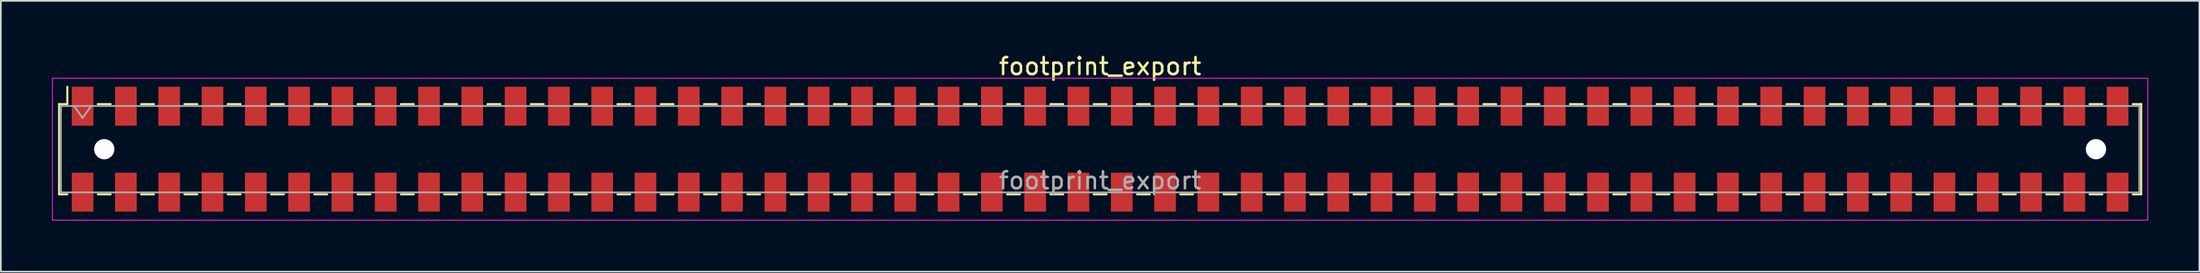
<source format=kicad_pcb>
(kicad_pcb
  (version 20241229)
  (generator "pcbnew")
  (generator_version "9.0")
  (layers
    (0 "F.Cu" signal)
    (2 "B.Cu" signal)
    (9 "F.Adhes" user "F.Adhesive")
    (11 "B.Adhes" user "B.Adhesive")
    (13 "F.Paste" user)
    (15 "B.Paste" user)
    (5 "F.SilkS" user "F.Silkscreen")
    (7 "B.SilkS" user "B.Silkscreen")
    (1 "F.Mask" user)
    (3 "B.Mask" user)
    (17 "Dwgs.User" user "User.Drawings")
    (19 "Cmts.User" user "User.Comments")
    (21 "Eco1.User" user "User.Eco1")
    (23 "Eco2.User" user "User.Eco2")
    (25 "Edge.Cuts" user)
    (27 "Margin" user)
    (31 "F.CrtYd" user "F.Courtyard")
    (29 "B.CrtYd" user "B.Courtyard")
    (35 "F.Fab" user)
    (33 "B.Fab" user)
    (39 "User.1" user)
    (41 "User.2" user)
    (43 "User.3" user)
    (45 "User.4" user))
  (footprint "footprint_export"
    (layer "F.Cu")
    (at 61.485 5.718)
    (property "Reference" "footprint_export" (at 0 -4.87 0) (layer "F.SilkS") (effects (font (size 1 1) (thickness 0.15))))
    (attr smd)
    (fp_line (start -61.07 -2.65) (end -61.07 2.65) (stroke (width 0.12) (type solid)) (layer "F.SilkS"))
    (fp_line (start -61.07 2.65) (end -60.585 2.65) (stroke (width 0.12) (type solid)) (layer "F.SilkS"))
    (fp_line (start -60.585 -3.67) (end -60.585 -2.65) (stroke (width 0.12) (type solid)) (layer "F.SilkS"))
    (fp_line (start -60.585 -2.65) (end -61.07 -2.65) (stroke (width 0.12) (type solid)) (layer "F.SilkS"))
    (fp_line (start -58.795 -2.65) (end -58.045 -2.65) (stroke (width 0.12) (type solid)) (layer "F.SilkS"))
    (fp_line (start -58.795 2.65) (end -58.045 2.65) (stroke (width 0.12) (type solid)) (layer "F.SilkS"))
    (fp_line (start -56.255 -2.65) (end -55.505 -2.65) (stroke (width 0.12) (type solid)) (layer "F.SilkS"))
    (fp_line (start -56.255 2.65) (end -55.505 2.65) (stroke (width 0.12) (type solid)) (layer "F.SilkS"))
    (fp_line (start -53.715 -2.65) (end -52.965 -2.65) (stroke (width 0.12) (type solid)) (layer "F.SilkS"))
    (fp_line (start -53.715 2.65) (end -52.965 2.65) (stroke (width 0.12) (type solid)) (layer "F.SilkS"))
    (fp_line (start -51.175 -2.65) (end -50.425 -2.65) (stroke (width 0.12) (type solid)) (layer "F.SilkS"))
    (fp_line (start -51.175 2.65) (end -50.425 2.65) (stroke (width 0.12) (type solid)) (layer "F.SilkS"))
    (fp_line (start -48.635 -2.65) (end -47.885 -2.65) (stroke (width 0.12) (type solid)) (layer "F.SilkS"))
    (fp_line (start -48.635 2.65) (end -47.885 2.65) (stroke (width 0.12) (type solid)) (layer "F.SilkS"))
    (fp_line (start -46.095 -2.65) (end -45.345 -2.65) (stroke (width 0.12) (type solid)) (layer "F.SilkS"))
    (fp_line (start -46.095 2.65) (end -45.345 2.65) (stroke (width 0.12) (type solid)) (layer "F.SilkS"))
    (fp_line (start -43.555 -2.65) (end -42.805 -2.65) (stroke (width 0.12) (type solid)) (layer "F.SilkS"))
    (fp_line (start -43.555 2.65) (end -42.805 2.65) (stroke (width 0.12) (type solid)) (layer "F.SilkS"))
    (fp_line (start -41.015 -2.65) (end -40.265 -2.65) (stroke (width 0.12) (type solid)) (layer "F.SilkS"))
    (fp_line (start -41.015 2.65) (end -40.265 2.65) (stroke (width 0.12) (type solid)) (layer "F.SilkS"))
    (fp_line (start -38.475 -2.65) (end -37.725 -2.65) (stroke (width 0.12) (type solid)) (layer "F.SilkS"))
    (fp_line (start -38.475 2.65) (end -37.725 2.65) (stroke (width 0.12) (type solid)) (layer "F.SilkS"))
    (fp_line (start -35.935 -2.65) (end -35.185 -2.65) (stroke (width 0.12) (type solid)) (layer "F.SilkS"))
    (fp_line (start -35.935 2.65) (end -35.185 2.65) (stroke (width 0.12) (type solid)) (layer "F.SilkS"))
    (fp_line (start -33.395 -2.65) (end -32.645 -2.65) (stroke (width 0.12) (type solid)) (layer "F.SilkS"))
    (fp_line (start -33.395 2.65) (end -32.645 2.65) (stroke (width 0.12) (type solid)) (layer "F.SilkS"))
    (fp_line (start -30.855 -2.65) (end -30.105 -2.65) (stroke (width 0.12) (type solid)) (layer "F.SilkS"))
    (fp_line (start -30.855 2.65) (end -30.105 2.65) (stroke (width 0.12) (type solid)) (layer "F.SilkS"))
    (fp_line (start -28.315 -2.65) (end -27.565 -2.65) (stroke (width 0.12) (type solid)) (layer "F.SilkS"))
    (fp_line (start -28.315 2.65) (end -27.565 2.65) (stroke (width 0.12) (type solid)) (layer "F.SilkS"))
    (fp_line (start -25.775 -2.65) (end -25.025 -2.65) (stroke (width 0.12) (type solid)) (layer "F.SilkS"))
    (fp_line (start -25.775 2.65) (end -25.025 2.65) (stroke (width 0.12) (type solid)) (layer "F.SilkS"))
    (fp_line (start -23.235 -2.65) (end -22.485 -2.65) (stroke (width 0.12) (type solid)) (layer "F.SilkS"))
    (fp_line (start -23.235 2.65) (end -22.485 2.65) (stroke (width 0.12) (type solid)) (layer "F.SilkS"))
    (fp_line (start -20.695 -2.65) (end -19.945 -2.65) (stroke (width 0.12) (type solid)) (layer "F.SilkS"))
    (fp_line (start -20.695 2.65) (end -19.945 2.65) (stroke (width 0.12) (type solid)) (layer "F.SilkS"))
    (fp_line (start -18.155 -2.65) (end -17.405 -2.65) (stroke (width 0.12) (type solid)) (layer "F.SilkS"))
    (fp_line (start -18.155 2.65) (end -17.405 2.65) (stroke (width 0.12) (type solid)) (layer "F.SilkS"))
    (fp_line (start -15.615 -2.65) (end -14.865 -2.65) (stroke (width 0.12) (type solid)) (layer "F.SilkS"))
    (fp_line (start -15.615 2.65) (end -14.865 2.65) (stroke (width 0.12) (type solid)) (layer "F.SilkS"))
    (fp_line (start -13.075 -2.65) (end -12.325 -2.65) (stroke (width 0.12) (type solid)) (layer "F.SilkS"))
    (fp_line (start -13.075 2.65) (end -12.325 2.65) (stroke (width 0.12) (type solid)) (layer "F.SilkS"))
    (fp_line (start -10.535 -2.65) (end -9.785 -2.65) (stroke (width 0.12) (type solid)) (layer "F.SilkS"))
    (fp_line (start -10.535 2.65) (end -9.785 2.65) (stroke (width 0.12) (type solid)) (layer "F.SilkS"))
    (fp_line (start -7.995 -2.65) (end -7.245 -2.65) (stroke (width 0.12) (type solid)) (layer "F.SilkS"))
    (fp_line (start -7.995 2.65) (end -7.245 2.65) (stroke (width 0.12) (type solid)) (layer "F.SilkS"))
    (fp_line (start -5.455 -2.65) (end -4.705 -2.65) (stroke (width 0.12) (type solid)) (layer "F.SilkS"))
    (fp_line (start -5.455 2.65) (end -4.705 2.65) (stroke (width 0.12) (type solid)) (layer "F.SilkS"))
    (fp_line (start -2.915 -2.65) (end -2.165 -2.65) (stroke (width 0.12) (type solid)) (layer "F.SilkS"))
    (fp_line (start -2.915 2.65) (end -2.165 2.65) (stroke (width 0.12) (type solid)) (layer "F.SilkS"))
    (fp_line (start -0.375 -2.65) (end 0.375 -2.65) (stroke (width 0.12) (type solid)) (layer "F.SilkS"))
    (fp_line (start -0.375 2.65) (end 0.375 2.65) (stroke (width 0.12) (type solid)) (layer "F.SilkS"))
    (fp_line (start 2.165 -2.65) (end 2.915 -2.65) (stroke (width 0.12) (type solid)) (layer "F.SilkS"))
    (fp_line (start 2.165 2.65) (end 2.915 2.65) (stroke (width 0.12) (type solid)) (layer "F.SilkS"))
    (fp_line (start 4.705 -2.65) (end 5.455 -2.65) (stroke (width 0.12) (type solid)) (layer "F.SilkS"))
    (fp_line (start 4.705 2.65) (end 5.455 2.65) (stroke (width 0.12) (type solid)) (layer "F.SilkS"))
    (fp_line (start 7.245 -2.65) (end 7.995 -2.65) (stroke (width 0.12) (type solid)) (layer "F.SilkS"))
    (fp_line (start 7.245 2.65) (end 7.995 2.65) (stroke (width 0.12) (type solid)) (layer "F.SilkS"))
    (fp_line (start 9.785 -2.65) (end 10.535 -2.65) (stroke (width 0.12) (type solid)) (layer "F.SilkS"))
    (fp_line (start 9.785 2.65) (end 10.535 2.65) (stroke (width 0.12) (type solid)) (layer "F.SilkS"))
    (fp_line (start 12.325 -2.65) (end 13.075 -2.65) (stroke (width 0.12) (type solid)) (layer "F.SilkS"))
    (fp_line (start 12.325 2.65) (end 13.075 2.65) (stroke (width 0.12) (type solid)) (layer "F.SilkS"))
    (fp_line (start 14.865 -2.65) (end 15.615 -2.65) (stroke (width 0.12) (type solid)) (layer "F.SilkS"))
    (fp_line (start 14.865 2.65) (end 15.615 2.65) (stroke (width 0.12) (type solid)) (layer "F.SilkS"))
    (fp_line (start 17.405 -2.65) (end 18.155 -2.65) (stroke (width 0.12) (type solid)) (layer "F.SilkS"))
    (fp_line (start 17.405 2.65) (end 18.155 2.65) (stroke (width 0.12) (type solid)) (layer "F.SilkS"))
    (fp_line (start 19.945 -2.65) (end 20.695 -2.65) (stroke (width 0.12) (type solid)) (layer "F.SilkS"))
    (fp_line (start 19.945 2.65) (end 20.695 2.65) (stroke (width 0.12) (type solid)) (layer "F.SilkS"))
    (fp_line (start 22.485 -2.65) (end 23.235 -2.65) (stroke (width 0.12) (type solid)) (layer "F.SilkS"))
    (fp_line (start 22.485 2.65) (end 23.235 2.65) (stroke (width 0.12) (type solid)) (layer "F.SilkS"))
    (fp_line (start 25.025 -2.65) (end 25.775 -2.65) (stroke (width 0.12) (type solid)) (layer "F.SilkS"))
    (fp_line (start 25.025 2.65) (end 25.775 2.65) (stroke (width 0.12) (type solid)) (layer "F.SilkS"))
    (fp_line (start 27.565 -2.65) (end 28.315 -2.65) (stroke (width 0.12) (type solid)) (layer "F.SilkS"))
    (fp_line (start 27.565 2.65) (end 28.315 2.65) (stroke (width 0.12) (type solid)) (layer "F.SilkS"))
    (fp_line (start 30.105 -2.65) (end 30.855 -2.65) (stroke (width 0.12) (type solid)) (layer "F.SilkS"))
    (fp_line (start 30.105 2.65) (end 30.855 2.65) (stroke (width 0.12) (type solid)) (layer "F.SilkS"))
    (fp_line (start 32.645 -2.65) (end 33.395 -2.65) (stroke (width 0.12) (type solid)) (layer "F.SilkS"))
    (fp_line (start 32.645 2.65) (end 33.395 2.65) (stroke (width 0.12) (type solid)) (layer "F.SilkS"))
    (fp_line (start 35.185 -2.65) (end 35.935 -2.65) (stroke (width 0.12) (type solid)) (layer "F.SilkS"))
    (fp_line (start 35.185 2.65) (end 35.935 2.65) (stroke (width 0.12) (type solid)) (layer "F.SilkS"))
    (fp_line (start 37.725 -2.65) (end 38.475 -2.65) (stroke (width 0.12) (type solid)) (layer "F.SilkS"))
    (fp_line (start 37.725 2.65) (end 38.475 2.65) (stroke (width 0.12) (type solid)) (layer "F.SilkS"))
    (fp_line (start 40.265 -2.65) (end 41.015 -2.65) (stroke (width 0.12) (type solid)) (layer "F.SilkS"))
    (fp_line (start 40.265 2.65) (end 41.015 2.65) (stroke (width 0.12) (type solid)) (layer "F.SilkS"))
    (fp_line (start 42.805 -2.65) (end 43.555 -2.65) (stroke (width 0.12) (type solid)) (layer "F.SilkS"))
    (fp_line (start 42.805 2.65) (end 43.555 2.65) (stroke (width 0.12) (type solid)) (layer "F.SilkS"))
    (fp_line (start 45.345 -2.65) (end 46.095 -2.65) (stroke (width 0.12) (type solid)) (layer "F.SilkS"))
    (fp_line (start 45.345 2.65) (end 46.095 2.65) (stroke (width 0.12) (type solid)) (layer "F.SilkS"))
    (fp_line (start 47.885 -2.65) (end 48.635 -2.65) (stroke (width 0.12) (type solid)) (layer "F.SilkS"))
    (fp_line (start 47.885 2.65) (end 48.635 2.65) (stroke (width 0.12) (type solid)) (layer "F.SilkS"))
    (fp_line (start 50.425 -2.65) (end 51.175 -2.65) (stroke (width 0.12) (type solid)) (layer "F.SilkS"))
    (fp_line (start 50.425 2.65) (end 51.175 2.65) (stroke (width 0.12) (type solid)) (layer "F.SilkS"))
    (fp_line (start 52.965 -2.65) (end 53.715 -2.65) (stroke (width 0.12) (type solid)) (layer "F.SilkS"))
    (fp_line (start 52.965 2.65) (end 53.715 2.65) (stroke (width 0.12) (type solid)) (layer "F.SilkS"))
    (fp_line (start 55.505 -2.65) (end 56.255 -2.65) (stroke (width 0.12) (type solid)) (layer "F.SilkS"))
    (fp_line (start 55.505 2.65) (end 56.255 2.65) (stroke (width 0.12) (type solid)) (layer "F.SilkS"))
    (fp_line (start 58.045 -2.65) (end 58.795 -2.65) (stroke (width 0.12) (type solid)) (layer "F.SilkS"))
    (fp_line (start 58.045 2.65) (end 58.795 2.65) (stroke (width 0.12) (type solid)) (layer "F.SilkS"))
    (fp_line (start 60.585 -2.65) (end 61.07 -2.65) (stroke (width 0.12) (type solid)) (layer "F.SilkS"))
    (fp_line (start 61.07 -2.65) (end 61.07 2.65) (stroke (width 0.12) (type solid)) (layer "F.SilkS"))
    (fp_line (start 61.07 2.65) (end 60.585 2.65) (stroke (width 0.12) (type solid)) (layer "F.SilkS"))
    (fp_line (start -61.46 -4.17) (end 61.46 -4.17) (stroke (width 0.05) (type solid)) (layer "F.CrtYd"))
    (fp_line (start -61.46 4.17) (end -61.46 -4.17) (stroke (width 0.05) (type solid)) (layer "F.CrtYd"))
    (fp_line (start 61.46 -4.17) (end 61.46 4.17) (stroke (width 0.05) (type solid)) (layer "F.CrtYd"))
    (fp_line (start 61.46 4.17) (end -61.46 4.17) (stroke (width 0.05) (type solid)) (layer "F.CrtYd"))
    (fp_line (start -60.96 -2.54) (end 60.96 -2.54) (stroke (width 0.1) (type solid)) (layer "F.Fab"))
    (fp_line (start -60.96 2.54) (end -60.96 -2.54) (stroke (width 0.1) (type solid)) (layer "F.Fab"))
    (fp_line (start -60.19 -2.54) (end -59.69 -1.833) (stroke (width 0.1) (type solid)) (layer "F.Fab"))
    (fp_line (start -59.69 -1.833) (end -59.19 -2.54) (stroke (width 0.1) (type solid)) (layer "F.Fab"))
    (fp_line (start 60.96 -2.54) (end 60.96 2.54) (stroke (width 0.1) (type solid)) (layer "F.Fab"))
    (fp_line (start 60.96 2.54) (end -60.96 2.54) (stroke (width 0.1) (type solid)) (layer "F.Fab"))
    (fp_text user "${REFERENCE}" (at 0 1.84 0) (layer "F.Fab") (effects (font (size 1 1) (thickness 0.15))))
    (pad "" np_thru_hole circle (at -58.42 0) (size 1.19 1.19) (drill 1.19) (layers "*.Cu" "*.Mask"))
    (pad "" np_thru_hole circle (at 58.42 0) (size 1.19 1.19) (drill 1.19) (layers "*.Cu" "*.Mask"))
    (pad "1" smd rect (at -59.69 -2.525) (size 1.27 2.29) (layers "F.Cu" "F.Mask" "F.Paste"))
    (pad "2" smd rect (at -59.69 2.525) (size 1.27 2.29) (layers "F.Cu" "F.Mask" "F.Paste"))
    (pad "3" smd rect (at -57.15 -2.525) (size 1.27 2.29) (layers "F.Cu" "F.Mask" "F.Paste"))
    (pad "4" smd rect (at -57.15 2.525) (size 1.27 2.29) (layers "F.Cu" "F.Mask" "F.Paste"))
    (pad "5" smd rect (at -54.61 -2.525) (size 1.27 2.29) (layers "F.Cu" "F.Mask" "F.Paste"))
    (pad "6" smd rect (at -54.61 2.525) (size 1.27 2.29) (layers "F.Cu" "F.Mask" "F.Paste"))
    (pad "7" smd rect (at -52.07 -2.525) (size 1.27 2.29) (layers "F.Cu" "F.Mask" "F.Paste"))
    (pad "8" smd rect (at -52.07 2.525) (size 1.27 2.29) (layers "F.Cu" "F.Mask" "F.Paste"))
    (pad "9" smd rect (at -49.53 -2.525) (size 1.27 2.29) (layers "F.Cu" "F.Mask" "F.Paste"))
    (pad "10" smd rect (at -49.53 2.525) (size 1.27 2.29) (layers "F.Cu" "F.Mask" "F.Paste"))
    (pad "11" smd rect (at -46.99 -2.525) (size 1.27 2.29) (layers "F.Cu" "F.Mask" "F.Paste"))
    (pad "12" smd rect (at -46.99 2.525) (size 1.27 2.29) (layers "F.Cu" "F.Mask" "F.Paste"))
    (pad "13" smd rect (at -44.45 -2.525) (size 1.27 2.29) (layers "F.Cu" "F.Mask" "F.Paste"))
    (pad "14" smd rect (at -44.45 2.525) (size 1.27 2.29) (layers "F.Cu" "F.Mask" "F.Paste"))
    (pad "15" smd rect (at -41.91 -2.525) (size 1.27 2.29) (layers "F.Cu" "F.Mask" "F.Paste"))
    (pad "16" smd rect (at -41.91 2.525) (size 1.27 2.29) (layers "F.Cu" "F.Mask" "F.Paste"))
    (pad "17" smd rect (at -39.37 -2.525) (size 1.27 2.29) (layers "F.Cu" "F.Mask" "F.Paste"))
    (pad "18" smd rect (at -39.37 2.525) (size 1.27 2.29) (layers "F.Cu" "F.Mask" "F.Paste"))
    (pad "19" smd rect (at -36.83 -2.525) (size 1.27 2.29) (layers "F.Cu" "F.Mask" "F.Paste"))
    (pad "20" smd rect (at -36.83 2.525) (size 1.27 2.29) (layers "F.Cu" "F.Mask" "F.Paste"))
    (pad "21" smd rect (at -34.29 -2.525) (size 1.27 2.29) (layers "F.Cu" "F.Mask" "F.Paste"))
    (pad "22" smd rect (at -34.29 2.525) (size 1.27 2.29) (layers "F.Cu" "F.Mask" "F.Paste"))
    (pad "23" smd rect (at -31.75 -2.525) (size 1.27 2.29) (layers "F.Cu" "F.Mask" "F.Paste"))
    (pad "24" smd rect (at -31.75 2.525) (size 1.27 2.29) (layers "F.Cu" "F.Mask" "F.Paste"))
    (pad "25" smd rect (at -29.21 -2.525) (size 1.27 2.29) (layers "F.Cu" "F.Mask" "F.Paste"))
    (pad "26" smd rect (at -29.21 2.525) (size 1.27 2.29) (layers "F.Cu" "F.Mask" "F.Paste"))
    (pad "27" smd rect (at -26.67 -2.525) (size 1.27 2.29) (layers "F.Cu" "F.Mask" "F.Paste"))
    (pad "28" smd rect (at -26.67 2.525) (size 1.27 2.29) (layers "F.Cu" "F.Mask" "F.Paste"))
    (pad "29" smd rect (at -24.13 -2.525) (size 1.27 2.29) (layers "F.Cu" "F.Mask" "F.Paste"))
    (pad "30" smd rect (at -24.13 2.525) (size 1.27 2.29) (layers "F.Cu" "F.Mask" "F.Paste"))
    (pad "31" smd rect (at -21.59 -2.525) (size 1.27 2.29) (layers "F.Cu" "F.Mask" "F.Paste"))
    (pad "32" smd rect (at -21.59 2.525) (size 1.27 2.29) (layers "F.Cu" "F.Mask" "F.Paste"))
    (pad "33" smd rect (at -19.05 -2.525) (size 1.27 2.29) (layers "F.Cu" "F.Mask" "F.Paste"))
    (pad "34" smd rect (at -19.05 2.525) (size 1.27 2.29) (layers "F.Cu" "F.Mask" "F.Paste"))
    (pad "35" smd rect (at -16.51 -2.525) (size 1.27 2.29) (layers "F.Cu" "F.Mask" "F.Paste"))
    (pad "36" smd rect (at -16.51 2.525) (size 1.27 2.29) (layers "F.Cu" "F.Mask" "F.Paste"))
    (pad "37" smd rect (at -13.97 -2.525) (size 1.27 2.29) (layers "F.Cu" "F.Mask" "F.Paste"))
    (pad "38" smd rect (at -13.97 2.525) (size 1.27 2.29) (layers "F.Cu" "F.Mask" "F.Paste"))
    (pad "39" smd rect (at -11.43 -2.525) (size 1.27 2.29) (layers "F.Cu" "F.Mask" "F.Paste"))
    (pad "40" smd rect (at -11.43 2.525) (size 1.27 2.29) (layers "F.Cu" "F.Mask" "F.Paste"))
    (pad "41" smd rect (at -8.89 -2.525) (size 1.27 2.29) (layers "F.Cu" "F.Mask" "F.Paste"))
    (pad "42" smd rect (at -8.89 2.525) (size 1.27 2.29) (layers "F.Cu" "F.Mask" "F.Paste"))
    (pad "43" smd rect (at -6.35 -2.525) (size 1.27 2.29) (layers "F.Cu" "F.Mask" "F.Paste"))
    (pad "44" smd rect (at -6.35 2.525) (size 1.27 2.29) (layers "F.Cu" "F.Mask" "F.Paste"))
    (pad "45" smd rect (at -3.81 -2.525) (size 1.27 2.29) (layers "F.Cu" "F.Mask" "F.Paste"))
    (pad "46" smd rect (at -3.81 2.525) (size 1.27 2.29) (layers "F.Cu" "F.Mask" "F.Paste"))
    (pad "47" smd rect (at -1.27 -2.525) (size 1.27 2.29) (layers "F.Cu" "F.Mask" "F.Paste"))
    (pad "48" smd rect (at -1.27 2.525) (size 1.27 2.29) (layers "F.Cu" "F.Mask" "F.Paste"))
    (pad "49" smd rect (at 1.27 -2.525) (size 1.27 2.29) (layers "F.Cu" "F.Mask" "F.Paste"))
    (pad "50" smd rect (at 1.27 2.525) (size 1.27 2.29) (layers "F.Cu" "F.Mask" "F.Paste"))
    (pad "51" smd rect (at 3.81 -2.525) (size 1.27 2.29) (layers "F.Cu" "F.Mask" "F.Paste"))
    (pad "52" smd rect (at 3.81 2.525) (size 1.27 2.29) (layers "F.Cu" "F.Mask" "F.Paste"))
    (pad "53" smd rect (at 6.35 -2.525) (size 1.27 2.29) (layers "F.Cu" "F.Mask" "F.Paste"))
    (pad "54" smd rect (at 6.35 2.525) (size 1.27 2.29) (layers "F.Cu" "F.Mask" "F.Paste"))
    (pad "55" smd rect (at 8.89 -2.525) (size 1.27 2.29) (layers "F.Cu" "F.Mask" "F.Paste"))
    (pad "56" smd rect (at 8.89 2.525) (size 1.27 2.29) (layers "F.Cu" "F.Mask" "F.Paste"))
    (pad "57" smd rect (at 11.43 -2.525) (size 1.27 2.29) (layers "F.Cu" "F.Mask" "F.Paste"))
    (pad "58" smd rect (at 11.43 2.525) (size 1.27 2.29) (layers "F.Cu" "F.Mask" "F.Paste"))
    (pad "59" smd rect (at 13.97 -2.525) (size 1.27 2.29) (layers "F.Cu" "F.Mask" "F.Paste"))
    (pad "60" smd rect (at 13.97 2.525) (size 1.27 2.29) (layers "F.Cu" "F.Mask" "F.Paste"))
    (pad "61" smd rect (at 16.51 -2.525) (size 1.27 2.29) (layers "F.Cu" "F.Mask" "F.Paste"))
    (pad "62" smd rect (at 16.51 2.525) (size 1.27 2.29) (layers "F.Cu" "F.Mask" "F.Paste"))
    (pad "63" smd rect (at 19.05 -2.525) (size 1.27 2.29) (layers "F.Cu" "F.Mask" "F.Paste"))
    (pad "64" smd rect (at 19.05 2.525) (size 1.27 2.29) (layers "F.Cu" "F.Mask" "F.Paste"))
    (pad "65" smd rect (at 21.59 -2.525) (size 1.27 2.29) (layers "F.Cu" "F.Mask" "F.Paste"))
    (pad "66" smd rect (at 21.59 2.525) (size 1.27 2.29) (layers "F.Cu" "F.Mask" "F.Paste"))
    (pad "67" smd rect (at 24.13 -2.525) (size 1.27 2.29) (layers "F.Cu" "F.Mask" "F.Paste"))
    (pad "68" smd rect (at 24.13 2.525) (size 1.27 2.29) (layers "F.Cu" "F.Mask" "F.Paste"))
    (pad "69" smd rect (at 26.67 -2.525) (size 1.27 2.29) (layers "F.Cu" "F.Mask" "F.Paste"))
    (pad "70" smd rect (at 26.67 2.525) (size 1.27 2.29) (layers "F.Cu" "F.Mask" "F.Paste"))
    (pad "71" smd rect (at 29.21 -2.525) (size 1.27 2.29) (layers "F.Cu" "F.Mask" "F.Paste"))
    (pad "72" smd rect (at 29.21 2.525) (size 1.27 2.29) (layers "F.Cu" "F.Mask" "F.Paste"))
    (pad "73" smd rect (at 31.75 -2.525) (size 1.27 2.29) (layers "F.Cu" "F.Mask" "F.Paste"))
    (pad "74" smd rect (at 31.75 2.525) (size 1.27 2.29) (layers "F.Cu" "F.Mask" "F.Paste"))
    (pad "75" smd rect (at 34.29 -2.525) (size 1.27 2.29) (layers "F.Cu" "F.Mask" "F.Paste"))
    (pad "76" smd rect (at 34.29 2.525) (size 1.27 2.29) (layers "F.Cu" "F.Mask" "F.Paste"))
    (pad "77" smd rect (at 36.83 -2.525) (size 1.27 2.29) (layers "F.Cu" "F.Mask" "F.Paste"))
    (pad "78" smd rect (at 36.83 2.525) (size 1.27 2.29) (layers "F.Cu" "F.Mask" "F.Paste"))
    (pad "79" smd rect (at 39.37 -2.525) (size 1.27 2.29) (layers "F.Cu" "F.Mask" "F.Paste"))
    (pad "80" smd rect (at 39.37 2.525) (size 1.27 2.29) (layers "F.Cu" "F.Mask" "F.Paste"))
    (pad "81" smd rect (at 41.91 -2.525) (size 1.27 2.29) (layers "F.Cu" "F.Mask" "F.Paste"))
    (pad "82" smd rect (at 41.91 2.525) (size 1.27 2.29) (layers "F.Cu" "F.Mask" "F.Paste"))
    (pad "83" smd rect (at 44.45 -2.525) (size 1.27 2.29) (layers "F.Cu" "F.Mask" "F.Paste"))
    (pad "84" smd rect (at 44.45 2.525) (size 1.27 2.29) (layers "F.Cu" "F.Mask" "F.Paste"))
    (pad "85" smd rect (at 46.99 -2.525) (size 1.27 2.29) (layers "F.Cu" "F.Mask" "F.Paste"))
    (pad "86" smd rect (at 46.99 2.525) (size 1.27 2.29) (layers "F.Cu" "F.Mask" "F.Paste"))
    (pad "87" smd rect (at 49.53 -2.525) (size 1.27 2.29) (layers "F.Cu" "F.Mask" "F.Paste"))
    (pad "88" smd rect (at 49.53 2.525) (size 1.27 2.29) (layers "F.Cu" "F.Mask" "F.Paste"))
    (pad "89" smd rect (at 52.07 -2.525) (size 1.27 2.29) (layers "F.Cu" "F.Mask" "F.Paste"))
    (pad "90" smd rect (at 52.07 2.525) (size 1.27 2.29) (layers "F.Cu" "F.Mask" "F.Paste"))
    (pad "91" smd rect (at 54.61 -2.525) (size 1.27 2.29) (layers "F.Cu" "F.Mask" "F.Paste"))
    (pad "92" smd rect (at 54.61 2.525) (size 1.27 2.29) (layers "F.Cu" "F.Mask" "F.Paste"))
    (pad "93" smd rect (at 57.15 -2.525) (size 1.27 2.29) (layers "F.Cu" "F.Mask" "F.Paste"))
    (pad "94" smd rect (at 57.15 2.525) (size 1.27 2.29) (layers "F.Cu" "F.Mask" "F.Paste"))
    (pad "95" smd rect (at 59.69 -2.525) (size 1.27 2.29) (layers "F.Cu" "F.Mask" "F.Paste"))
    (pad "96" smd rect (at 59.69 2.525) (size 1.27 2.29) (layers "F.Cu" "F.Mask" "F.Paste")))
  (gr_rect
    (start -3 -3)
    (end 125.97 12.913)
    (stroke (width 0.1) (type default))
    (fill no)
    (layer "Edge.Cuts")))
</source>
